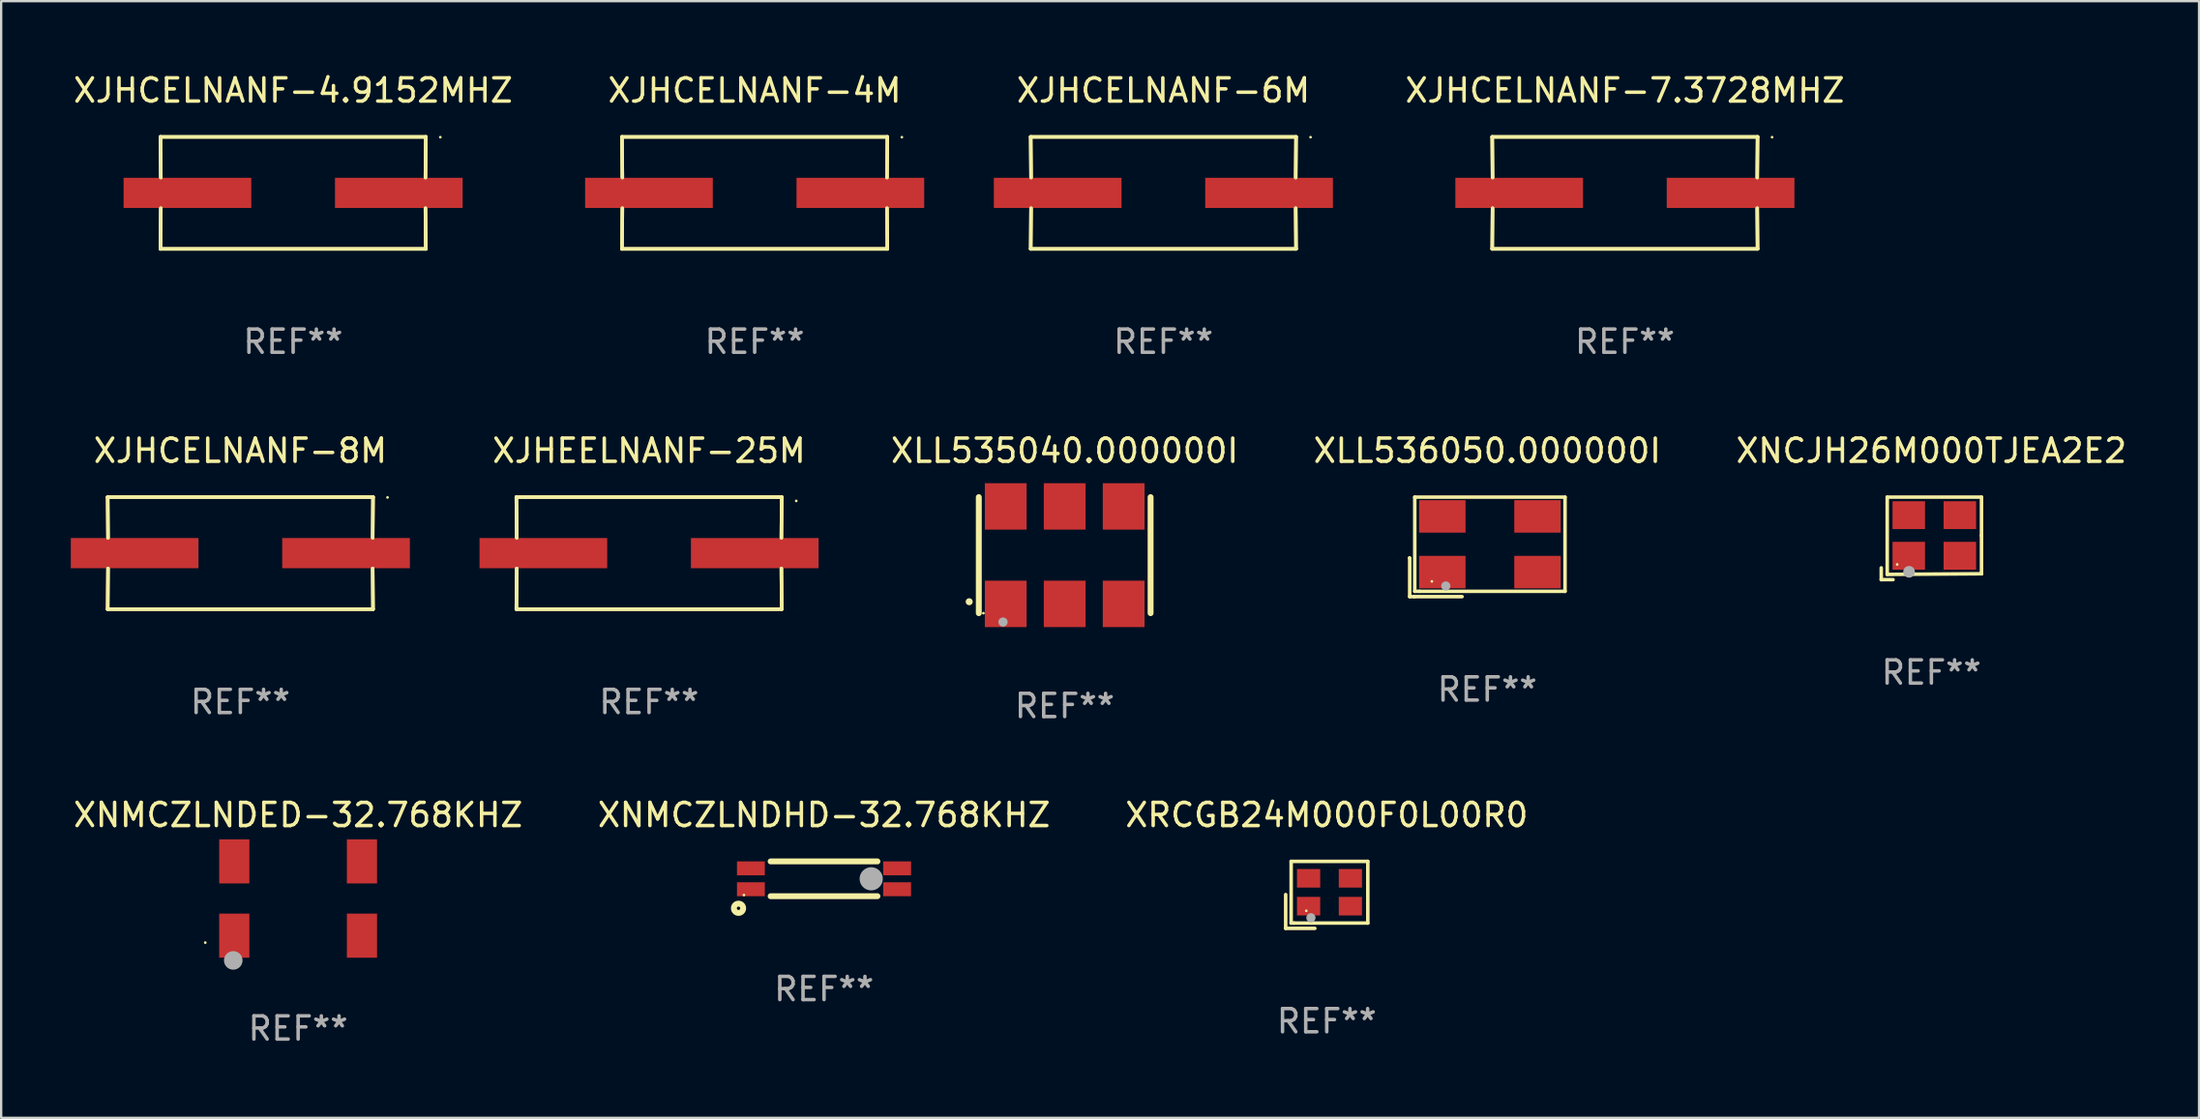
<source format=kicad_pcb>
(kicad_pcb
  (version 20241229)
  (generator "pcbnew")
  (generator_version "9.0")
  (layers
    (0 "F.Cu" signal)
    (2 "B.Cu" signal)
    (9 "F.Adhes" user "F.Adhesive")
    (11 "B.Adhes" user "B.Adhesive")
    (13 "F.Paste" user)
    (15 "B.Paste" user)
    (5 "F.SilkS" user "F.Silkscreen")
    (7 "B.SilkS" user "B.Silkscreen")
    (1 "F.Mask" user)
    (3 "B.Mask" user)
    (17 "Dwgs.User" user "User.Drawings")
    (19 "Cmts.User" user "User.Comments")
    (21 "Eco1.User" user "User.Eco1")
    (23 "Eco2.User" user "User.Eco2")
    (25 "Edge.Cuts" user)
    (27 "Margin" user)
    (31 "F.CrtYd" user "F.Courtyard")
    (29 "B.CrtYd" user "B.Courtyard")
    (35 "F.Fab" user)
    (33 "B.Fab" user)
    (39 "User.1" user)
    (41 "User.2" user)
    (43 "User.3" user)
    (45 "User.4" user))
  (footprint "XNCJH26M000TJEA2E2"
    (layer "F.Cu")
    (at 80.146 20.149)
    (property "Reference" "XNCJH26M000TJEA2E2" (at 0 -3.778 0) (layer "F.SilkS") (effects (font (size 1 1) (thickness 0.15))))
    (attr through_hole)
    (fp_line (start -2.159 1.27) (end -2.159 1.778) (stroke (width 0.152) (type solid)) (layer "F.SilkS"))
    (fp_line (start -2.159 1.778) (end -1.651 1.778) (stroke (width 0.152) (type solid)) (layer "F.SilkS"))
    (fp_line (start -1.902 -1.778) (end 2.159 -1.778) (stroke (width 0.152) (type solid)) (layer "F.SilkS"))
    (fp_line (start -1.902 1.552) (end -1.902 -1.778) (stroke (width 0.152) (type solid)) (layer "F.SilkS"))
    (fp_line (start 2.159 -1.778) (end 2.159 -0.127) (stroke (width 0.152) (type solid)) (layer "F.SilkS"))
    (fp_line (start 2.159 -0.127) (end 2.159 1.524) (stroke (width 0.152) (type solid)) (layer "F.SilkS"))
    (fp_line (start 2.159 1.524) (end -1.902 1.552) (stroke (width 0.152) (type solid)) (layer "F.SilkS"))
    (fp_line (start 2.159 1.524) (end 2.159 1.524) (stroke (width 0.152) (type solid)) (layer "F.SilkS"))
    (fp_circle (center -1.473 1.123) (end -1.443 1.123) (stroke (width 0.06) (type solid)) (fill no) (layer "F.SilkS"))
    (fp_circle (center -0.961 1.44) (end -0.834 1.44) (stroke (width 0.254) (type solid)) (fill no) (layer "F.Fab"))
    (fp_text user "REF**" (at 0 5.778 0) (layer "F.Fab") (effects (font (size 1 1) (thickness 0.15))))
    (pad "1" smd rect (at -0.973 0.748) (size 1.4 1.2) (layers "F.Cu" "F.Mask" "F.Paste"))
    (pad "2" smd rect (at 1.227 0.748) (size 1.4 1.2) (layers "F.Cu" "F.Mask" "F.Paste"))
    (pad "3" smd rect (at 1.227 -1.002) (size 1.4 1.2) (layers "F.Cu" "F.Mask" "F.Paste"))
    (pad "4" smd rect (at -0.973 -1.002) (size 1.4 1.2) (layers "F.Cu" "F.Mask" "F.Paste")))
  (footprint "XNMCZLNDHD-32.768KHZ"
    (layer "F.Cu")
    (at 32.446 34.817)
    (property "Reference" "XNMCZLNDHD-32.768KHZ" (at 0 -2.75 0) (layer "F.SilkS") (effects (font (size 1 1) (thickness 0.15))))
    (attr through_hole)
    (fp_line (start -2.3 -0.75) (end 2.3 -0.75) (stroke (width 0.254) (type solid)) (layer "F.SilkS"))
    (fp_line (start -2.3 0.75) (end 2.3 0.75) (stroke (width 0.254) (type solid)) (layer "F.SilkS"))
    (fp_circle (center -3.683 1.27) (end -3.483 1.27) (stroke (width 0.254) (type solid)) (fill no) (layer "F.SilkS"))
    (fp_circle (center -3.45 0.7) (end -3.42 0.7) (stroke (width 0.06) (type solid)) (fill no) (layer "F.SilkS"))
    (fp_circle (center 2.032 0.000013) (end 2.282 0.000013) (stroke (width 0.5) (type solid)) (fill no) (layer "F.Fab"))
    (fp_text user "REF**" (at 0 4.75 0) (layer "F.Fab") (effects (font (size 1 1) (thickness 0.15))))
    (pad "1" smd rect (at -3.15 0.45) (size 1.2 0.6) (layers "F.Cu" "F.Mask" "F.Paste"))
    (pad "2" smd rect (at 3.15 0.45) (size 1.2 0.6) (layers "F.Cu" "F.Mask" "F.Paste"))
    (pad "3" smd rect (at 3.15 -0.45 180) (size 1.2 0.6) (layers "F.Cu" "F.Mask" "F.Paste"))
    (pad "4" smd rect (at -3.15 -0.45 180) (size 1.2 0.6) (layers "F.Cu" "F.Mask" "F.Paste")))
  (footprint "XJHCELNANF-6M"
    (layer "F.Cu")
    (at 47.064 5.261)
    (property "Reference" "XJHCELNANF-6M" (at 0 -4.413 0) (layer "F.SilkS") (effects (font (size 1 1) (thickness 0.15))))
    (attr through_hole)
    (fp_line (start -5.715 -2.413) (end -5.7 -0.662) (stroke (width 0.152) (type solid)) (layer "F.SilkS"))
    (fp_line (start -5.715 -2.413) (end -5.7 -0.662) (stroke (width 0.152) (type solid)) (layer "F.SilkS"))
    (fp_line (start -5.715 2.413) (end 5.715 2.413) (stroke (width 0.152) (type solid)) (layer "F.SilkS"))
    (fp_line (start -5.715 2.413) (end 5.715 2.413) (stroke (width 0.152) (type solid)) (layer "F.SilkS"))
    (fp_line (start -5.7 0.662) (end -5.715 2.413) (stroke (width 0.152) (type solid)) (layer "F.SilkS"))
    (fp_line (start -5.7 0.662) (end -5.715 2.413) (stroke (width 0.152) (type solid)) (layer "F.SilkS"))
    (fp_line (start 5.7 -0.662) (end 5.715 -2.413) (stroke (width 0.152) (type solid)) (layer "F.SilkS"))
    (fp_line (start 5.7 -0.662) (end 5.715 -2.413) (stroke (width 0.152) (type solid)) (layer "F.SilkS"))
    (fp_line (start 5.715 -2.413) (end -5.715 -2.413) (stroke (width 0.152) (type solid)) (layer "F.SilkS"))
    (fp_line (start 5.715 -2.413) (end -5.715 -2.413) (stroke (width 0.152) (type solid)) (layer "F.SilkS"))
    (fp_line (start 5.715 2.413) (end 5.7 0.662) (stroke (width 0.152) (type solid)) (layer "F.SilkS"))
    (fp_line (start 5.715 2.413) (end 5.7 0.662) (stroke (width 0.152) (type solid)) (layer "F.SilkS"))
    (fp_circle (center 6.34 -2.4) (end 6.37 -2.4) (stroke (width 0.06) (type solid)) (fill no) (layer "F.SilkS"))
    (fp_text user "REF**" (at 0 6.413 0) (layer "F.Fab") (effects (font (size 1 1) (thickness 0.15))))
    (pad "1" smd rect (at 4.553 0) (size 5.5 1.3) (layers "F.Cu" "F.Mask" "F.Paste"))
    (pad "2" smd rect (at -4.553 0) (size 5.5 1.3) (layers "F.Cu" "F.Mask" "F.Paste")))
  (footprint "XNMCZLNDED-32.768KHZ"
    (layer "F.Cu")
    (at 9.792 35.667)
    (property "Reference" "XNMCZLNDED-32.768KHZ" (at 0 -3.6 0) (layer "F.SilkS") (effects (font (size 1 1) (thickness 0.15))))
    (attr through_hole)
    (fp_circle (center -4 1.9) (end -3.97 1.9) (stroke (width 0.06) (type solid)) (fill no) (layer "F.SilkS"))
    (fp_circle (center -2.794 2.667) (end -2.594 2.667) (stroke (width 0.4) (type solid)) (fill no) (layer "F.Fab"))
    (fp_text user "REF**" (at 0 5.6 0) (layer "F.Fab") (effects (font (size 1 1) (thickness 0.15))))
    (pad "1" smd rect (at -2.75 1.6) (size 1.3 1.9) (layers "F.Cu" "F.Mask" "F.Paste"))
    (pad "2" smd rect (at 2.75 1.6) (size 1.3 1.9) (layers "F.Cu" "F.Mask" "F.Paste"))
    (pad "3" smd rect (at 2.75 -1.6) (size 1.3 1.9) (layers "F.Cu" "F.Mask" "F.Paste"))
    (pad "4" smd rect (at -2.75 -1.6) (size 1.3 1.9) (layers "F.Cu" "F.Mask" "F.Paste")))
  (footprint "XJHCELNANF-4M"
    (layer "F.Cu")
    (at 29.458 5.261)
    (property "Reference" "XJHCELNANF-4M" (at 0 -4.413 0) (layer "F.SilkS") (effects (font (size 1 1) (thickness 0.15))))
    (attr through_hole)
    (fp_line (start -5.715 -2.413) (end -5.7 -0.662) (stroke (width 0.152) (type solid)) (layer "F.SilkS"))
    (fp_line (start -5.715 -2.413) (end -5.7 -0.662) (stroke (width 0.152) (type solid)) (layer "F.SilkS"))
    (fp_line (start -5.715 2.413) (end 5.715 2.413) (stroke (width 0.152) (type solid)) (layer "F.SilkS"))
    (fp_line (start -5.715 2.413) (end 5.715 2.413) (stroke (width 0.152) (type solid)) (layer "F.SilkS"))
    (fp_line (start -5.7 0.662) (end -5.715 2.413) (stroke (width 0.152) (type solid)) (layer "F.SilkS"))
    (fp_line (start -5.7 0.662) (end -5.715 2.413) (stroke (width 0.152) (type solid)) (layer "F.SilkS"))
    (fp_line (start 5.7 -0.662) (end 5.715 -2.413) (stroke (width 0.152) (type solid)) (layer "F.SilkS"))
    (fp_line (start 5.7 -0.662) (end 5.715 -2.413) (stroke (width 0.152) (type solid)) (layer "F.SilkS"))
    (fp_line (start 5.715 -2.413) (end -5.715 -2.413) (stroke (width 0.152) (type solid)) (layer "F.SilkS"))
    (fp_line (start 5.715 -2.413) (end -5.715 -2.413) (stroke (width 0.152) (type solid)) (layer "F.SilkS"))
    (fp_line (start 5.715 2.413) (end 5.7 0.662) (stroke (width 0.152) (type solid)) (layer "F.SilkS"))
    (fp_line (start 5.715 2.413) (end 5.7 0.662) (stroke (width 0.152) (type solid)) (layer "F.SilkS"))
    (fp_circle (center 6.34 -2.4) (end 6.37 -2.4) (stroke (width 0.06) (type solid)) (fill no) (layer "F.SilkS"))
    (fp_text user "REF**" (at 0 6.413 0) (layer "F.Fab") (effects (font (size 1 1) (thickness 0.15))))
    (pad "1" smd rect (at 4.553 0) (size 5.5 1.3) (layers "F.Cu" "F.Mask" "F.Paste"))
    (pad "2" smd rect (at -4.553 0) (size 5.5 1.3) (layers "F.Cu" "F.Mask" "F.Paste")))
  (footprint "XJHCELNANF-8M"
    (layer "F.Cu")
    (at 7.303 20.784)
    (property "Reference" "XJHCELNANF-8M" (at 0 -4.413 0) (layer "F.SilkS") (effects (font (size 1 1) (thickness 0.15))))
    (attr through_hole)
    (fp_line (start -5.715 -2.413) (end -5.7 -0.662) (stroke (width 0.152) (type solid)) (layer "F.SilkS"))
    (fp_line (start -5.715 -2.413) (end -5.7 -0.662) (stroke (width 0.152) (type solid)) (layer "F.SilkS"))
    (fp_line (start -5.715 2.413) (end 5.715 2.413) (stroke (width 0.152) (type solid)) (layer "F.SilkS"))
    (fp_line (start -5.715 2.413) (end 5.715 2.413) (stroke (width 0.152) (type solid)) (layer "F.SilkS"))
    (fp_line (start -5.7 0.662) (end -5.715 2.413) (stroke (width 0.152) (type solid)) (layer "F.SilkS"))
    (fp_line (start -5.7 0.662) (end -5.715 2.413) (stroke (width 0.152) (type solid)) (layer "F.SilkS"))
    (fp_line (start 5.7 -0.662) (end 5.715 -2.413) (stroke (width 0.152) (type solid)) (layer "F.SilkS"))
    (fp_line (start 5.7 -0.662) (end 5.715 -2.413) (stroke (width 0.152) (type solid)) (layer "F.SilkS"))
    (fp_line (start 5.715 -2.413) (end -5.715 -2.413) (stroke (width 0.152) (type solid)) (layer "F.SilkS"))
    (fp_line (start 5.715 -2.413) (end -5.715 -2.413) (stroke (width 0.152) (type solid)) (layer "F.SilkS"))
    (fp_line (start 5.715 2.413) (end 5.7 0.662) (stroke (width 0.152) (type solid)) (layer "F.SilkS"))
    (fp_line (start 5.715 2.413) (end 5.7 0.662) (stroke (width 0.152) (type solid)) (layer "F.SilkS"))
    (fp_circle (center 6.34 -2.4) (end 6.37 -2.4) (stroke (width 0.06) (type solid)) (fill no) (layer "F.SilkS"))
    (fp_text user "REF**" (at 0 6.413 0) (layer "F.Fab") (effects (font (size 1 1) (thickness 0.15))))
    (pad "1" smd rect (at 4.553 0) (size 5.5 1.3) (layers "F.Cu" "F.Mask" "F.Paste"))
    (pad "2" smd rect (at -4.553 0) (size 5.5 1.3) (layers "F.Cu" "F.Mask" "F.Paste")))
  (footprint "XLL536050.000000I"
    (layer "F.Cu")
    (at 61.015 20.515)
    (property "Reference" "XLL536050.000000I" (at 0 -4.144 0) (layer "F.SilkS") (effects (font (size 1 1) (thickness 0.15))))
    (attr through_hole)
    (fp_line (start -3.35 0.476) (end -3.341 0.485) (stroke (width 0.152) (type solid)) (layer "F.SilkS"))
    (fp_line (start -3.341 0.485) (end -3.341 2.144) (stroke (width 0.152) (type solid)) (layer "F.SilkS"))
    (fp_line (start -3.341 2.144) (end -3.143 2.144) (stroke (width 0.152) (type solid)) (layer "F.SilkS"))
    (fp_line (start -3.143 2.144) (end -1.085 2.144) (stroke (width 0.152) (type solid)) (layer "F.SilkS"))
    (fp_line (start -3.122 -2.144) (end 3.35 -2.144) (stroke (width 0.152) (type solid)) (layer "F.SilkS"))
    (fp_line (start -3.122 1.915) (end -3.122 -2.144) (stroke (width 0.152) (type solid)) (layer "F.SilkS"))
    (fp_line (start -2.914 1.915) (end -3.122 1.915) (stroke (width 0.152) (type solid)) (layer "F.SilkS"))
    (fp_line (start 3.35 -2.144) (end 3.35 1.915) (stroke (width 0.152) (type solid)) (layer "F.SilkS"))
    (fp_line (start 3.35 1.915) (end -2.914 1.915) (stroke (width 0.152) (type solid)) (layer "F.SilkS"))
    (fp_circle (center -2.386 1.486) (end -2.356 1.486) (stroke (width 0.06) (type solid)) (fill no) (layer "F.SilkS"))
    (fp_circle (center -1.786 1.686) (end -1.686 1.686) (stroke (width 0.2) (type solid)) (fill no) (layer "F.Fab"))
    (fp_text user "REF**" (at 0 6.144 0) (layer "F.Fab") (effects (font (size 1 1) (thickness 0.15))))
    (pad "1" smd rect (at -1.936 1.086) (size 2 1.4) (layers "F.Cu" "F.Mask" "F.Paste"))
    (pad "2" smd rect (at 2.164 1.086) (size 2 1.4) (layers "F.Cu" "F.Mask" "F.Paste"))
    (pad "3" smd rect (at 2.164 -1.314) (size 2 1.4) (layers "F.Cu" "F.Mask" "F.Paste"))
    (pad "4" smd rect (at -1.936 -1.314) (size 2 1.4) (layers "F.Cu" "F.Mask" "F.Paste")))
  (footprint "XJHCELNANF-4.9152MHZ"
    (layer "F.Cu")
    (at 9.577 5.261)
    (property "Reference" "XJHCELNANF-4.9152MHZ" (at 0 -4.413 0) (layer "F.SilkS") (effects (font (size 1 1) (thickness 0.15))))
    (attr through_hole)
    (fp_line (start -5.715 -2.413) (end -5.7 -0.662) (stroke (width 0.152) (type solid)) (layer "F.SilkS"))
    (fp_line (start -5.715 -2.413) (end -5.7 -0.662) (stroke (width 0.152) (type solid)) (layer "F.SilkS"))
    (fp_line (start -5.715 2.413) (end 5.715 2.413) (stroke (width 0.152) (type solid)) (layer "F.SilkS"))
    (fp_line (start -5.715 2.413) (end 5.715 2.413) (stroke (width 0.152) (type solid)) (layer "F.SilkS"))
    (fp_line (start -5.7 0.662) (end -5.715 2.413) (stroke (width 0.152) (type solid)) (layer "F.SilkS"))
    (fp_line (start -5.7 0.662) (end -5.715 2.413) (stroke (width 0.152) (type solid)) (layer "F.SilkS"))
    (fp_line (start 5.7 -0.662) (end 5.715 -2.413) (stroke (width 0.152) (type solid)) (layer "F.SilkS"))
    (fp_line (start 5.7 -0.662) (end 5.715 -2.413) (stroke (width 0.152) (type solid)) (layer "F.SilkS"))
    (fp_line (start 5.715 -2.413) (end -5.715 -2.413) (stroke (width 0.152) (type solid)) (layer "F.SilkS"))
    (fp_line (start 5.715 -2.413) (end -5.715 -2.413) (stroke (width 0.152) (type solid)) (layer "F.SilkS"))
    (fp_line (start 5.715 2.413) (end 5.7 0.662) (stroke (width 0.152) (type solid)) (layer "F.SilkS"))
    (fp_line (start 5.715 2.413) (end 5.7 0.662) (stroke (width 0.152) (type solid)) (layer "F.SilkS"))
    (fp_circle (center 6.34 -2.4) (end 6.37 -2.4) (stroke (width 0.06) (type solid)) (fill no) (layer "F.SilkS"))
    (fp_text user "REF**" (at 0 6.413 0) (layer "F.Fab") (effects (font (size 1 1) (thickness 0.15))))
    (pad "1" smd rect (at 4.553 0) (size 5.5 1.3) (layers "F.Cu" "F.Mask" "F.Paste"))
    (pad "2" smd rect (at -4.553 0) (size 5.5 1.3) (layers "F.Cu" "F.Mask" "F.Paste")))
  (footprint "XJHCELNANF-7.3728MHZ"
    (layer "F.Cu")
    (at 66.944 5.261)
    (property "Reference" "XJHCELNANF-7.3728MHZ" (at 0 -4.413 0) (layer "F.SilkS") (effects (font (size 1 1) (thickness 0.15))))
    (attr through_hole)
    (fp_line (start -5.715 -2.413) (end -5.7 -0.662) (stroke (width 0.152) (type solid)) (layer "F.SilkS"))
    (fp_line (start -5.715 -2.413) (end -5.7 -0.662) (stroke (width 0.152) (type solid)) (layer "F.SilkS"))
    (fp_line (start -5.715 2.413) (end 5.715 2.413) (stroke (width 0.152) (type solid)) (layer "F.SilkS"))
    (fp_line (start -5.715 2.413) (end 5.715 2.413) (stroke (width 0.152) (type solid)) (layer "F.SilkS"))
    (fp_line (start -5.7 0.662) (end -5.715 2.413) (stroke (width 0.152) (type solid)) (layer "F.SilkS"))
    (fp_line (start -5.7 0.662) (end -5.715 2.413) (stroke (width 0.152) (type solid)) (layer "F.SilkS"))
    (fp_line (start 5.7 -0.662) (end 5.715 -2.413) (stroke (width 0.152) (type solid)) (layer "F.SilkS"))
    (fp_line (start 5.7 -0.662) (end 5.715 -2.413) (stroke (width 0.152) (type solid)) (layer "F.SilkS"))
    (fp_line (start 5.715 -2.413) (end -5.715 -2.413) (stroke (width 0.152) (type solid)) (layer "F.SilkS"))
    (fp_line (start 5.715 -2.413) (end -5.715 -2.413) (stroke (width 0.152) (type solid)) (layer "F.SilkS"))
    (fp_line (start 5.715 2.413) (end 5.7 0.662) (stroke (width 0.152) (type solid)) (layer "F.SilkS"))
    (fp_line (start 5.715 2.413) (end 5.7 0.662) (stroke (width 0.152) (type solid)) (layer "F.SilkS"))
    (fp_circle (center 6.34 -2.4) (end 6.37 -2.4) (stroke (width 0.06) (type solid)) (fill no) (layer "F.SilkS"))
    (fp_text user "REF**" (at 0 6.413 0) (layer "F.Fab") (effects (font (size 1 1) (thickness 0.15))))
    (pad "1" smd rect (at 4.553 0) (size 5.5 1.3) (layers "F.Cu" "F.Mask" "F.Paste"))
    (pad "2" smd rect (at -4.553 0) (size 5.5 1.3) (layers "F.Cu" "F.Mask" "F.Paste")))
  (footprint "XLL535040.000000I"
    (layer "F.Cu")
    (at 42.813 20.871)
    (property "Reference" "XLL535040.000000I" (at 0 -4.5 0) (layer "F.SilkS") (effects (font (size 1 1) (thickness 0.15))))
    (attr through_hole)
    (fp_line (start -3.7 -2.5) (end -3.7 2.5) (stroke (width 0.254) (type solid)) (layer "F.SilkS"))
    (fp_line (start 3.7 -2.5) (end 3.7 2.5) (stroke (width 0.254) (type solid)) (layer "F.SilkS"))
    (fp_arc (start -4.114415 2.006604) (mid -4.113145 2.006599) (end -4.111875 2.006604) (stroke (width 0.3) (type solid)) (layer "F.SilkS"))
    (fp_circle (center -3.502 2.5) (end -3.472 2.5) (stroke (width 0.06) (type solid)) (fill no) (layer "F.SilkS"))
    (fp_circle (center -2.657 2.882) (end -2.557 2.882) (stroke (width 0.2) (type solid)) (fill no) (layer "F.Fab"))
    (fp_text user "REF**" (at 0 6.5 0) (layer "F.Fab") (effects (font (size 1 1) (thickness 0.15))))
    (pad "1" smd rect (at -2.54 2.1) (size 1.8 2) (layers "F.Cu" "F.Mask" "F.Paste"))
    (pad "2" smd rect (at 0.000394 2.1) (size 1.8 2) (layers "F.Cu" "F.Mask" "F.Paste"))
    (pad "3" smd rect (at 2.54 2.1) (size 1.8 2) (layers "F.Cu" "F.Mask" "F.Paste"))
    (pad "4" smd rect (at 2.54 -2.1) (size 1.8 2) (layers "F.Cu" "F.Mask" "F.Paste"))
    (pad "5" smd rect (at 0.000394 -2.1) (size 1.8 2) (layers "F.Cu" "F.Mask" "F.Paste"))
    (pad "6" smd rect (at -2.54 -2.1) (size 1.8 2) (layers "F.Cu" "F.Mask" "F.Paste")))
  (footprint "XRCGB24M000F0L00R0"
    (layer "F.Cu")
    (at 54.101 35.51)
    (property "Reference" "XRCGB24M000F0L00R0" (at 0 -3.443 0) (layer "F.SilkS") (effects (font (size 1 1) (thickness 0.15))))
    (attr through_hole)
    (fp_line (start -1.769 -0.014) (end -1.769 1.443) (stroke (width 0.152) (type solid)) (layer "F.SilkS"))
    (fp_line (start -1.769 1.443) (end -0.512 1.443) (stroke (width 0.152) (type solid)) (layer "F.SilkS"))
    (fp_line (start -1.533 -1.443) (end 1.769 -1.443) (stroke (width 0.152) (type solid)) (layer "F.SilkS"))
    (fp_line (start -1.533 1.214) (end -1.533 -1.443) (stroke (width 0.152) (type solid)) (layer "F.SilkS"))
    (fp_line (start -1.411 1.214) (end -1.533 1.214) (stroke (width 0.152) (type solid)) (layer "F.SilkS"))
    (fp_line (start 1.769 -1.443) (end 1.769 1.214) (stroke (width 0.152) (type solid)) (layer "F.SilkS"))
    (fp_line (start 1.769 1.214) (end -1.411 1.214) (stroke (width 0.152) (type solid)) (layer "F.SilkS"))
    (fp_circle (center -0.882 0.686) (end -0.852 0.686) (stroke (width 0.06) (type solid)) (fill no) (layer "F.SilkS"))
    (fp_circle (center -0.682 0.986) (end -0.582 0.986) (stroke (width 0.2) (type solid)) (fill no) (layer "F.Fab"))
    (fp_text user "REF**" (at 0 5.443 0) (layer "F.Fab") (effects (font (size 1 1) (thickness 0.15))))
    (pad "1" smd rect (at -0.782 0.486 90) (size 0.8 1) (layers "F.Cu" "F.Mask" "F.Paste"))
    (pad "2" smd rect (at 1.018 0.486 90) (size 0.8 1) (layers "F.Cu" "F.Mask" "F.Paste"))
    (pad "3" smd rect (at 1.018 -0.714 90) (size 0.8 1) (layers "F.Cu" "F.Mask" "F.Paste"))
    (pad "4" smd rect (at -0.782 -0.714 90) (size 0.8 1) (layers "F.Cu" "F.Mask" "F.Paste")))
  (footprint "XJHEELNANF-25M"
    (layer "F.Cu")
    (at 24.909 20.784)
    (property "Reference" "XJHEELNANF-25M" (at 0 -4.413 0) (layer "F.SilkS") (effects (font (size 1 1) (thickness 0.15))))
    (attr through_hole)
    (fp_line (start -5.715 -2.413) (end -5.7 -0.662) (stroke (width 0.152) (type solid)) (layer "F.SilkS"))
    (fp_line (start -5.715 -2.413) (end -5.7 -0.662) (stroke (width 0.152) (type solid)) (layer "F.SilkS"))
    (fp_line (start -5.715 2.413) (end 5.715 2.413) (stroke (width 0.152) (type solid)) (layer "F.SilkS"))
    (fp_line (start -5.715 2.413) (end 5.715 2.413) (stroke (width 0.152) (type solid)) (layer "F.SilkS"))
    (fp_line (start -5.7 0.662) (end -5.715 2.413) (stroke (width 0.152) (type solid)) (layer "F.SilkS"))
    (fp_line (start -5.7 0.662) (end -5.715 2.413) (stroke (width 0.152) (type solid)) (layer "F.SilkS"))
    (fp_line (start 5.7 -0.662) (end 5.715 -2.413) (stroke (width 0.152) (type solid)) (layer "F.SilkS"))
    (fp_line (start 5.7 -0.662) (end 5.715 -2.413) (stroke (width 0.152) (type solid)) (layer "F.SilkS"))
    (fp_line (start 5.715 -2.413) (end -5.715 -2.413) (stroke (width 0.152) (type solid)) (layer "F.SilkS"))
    (fp_line (start 5.715 -2.413) (end -5.715 -2.413) (stroke (width 0.152) (type solid)) (layer "F.SilkS"))
    (fp_line (start 5.715 2.413) (end 5.7 0.662) (stroke (width 0.152) (type solid)) (layer "F.SilkS"))
    (fp_line (start 5.715 2.413) (end 5.7 0.662) (stroke (width 0.152) (type solid)) (layer "F.SilkS"))
    (fp_circle (center 6.34 -2.25) (end 6.37 -2.25) (stroke (width 0.06) (type solid)) (fill no) (layer "F.SilkS"))
    (fp_text user "REF**" (at 0 6.413 0) (layer "F.Fab") (effects (font (size 1 1) (thickness 0.15))))
    (pad "1" smd rect (at 4.553 0.000127) (size 5.5 1.3) (layers "F.Cu" "F.Mask" "F.Paste"))
    (pad "2" smd rect (at -4.553 0.000127) (size 5.5 1.3) (layers "F.Cu" "F.Mask" "F.Paste")))
  (gr_rect
    (start -3 -3)
    (end 91.676 45.116)
    (stroke (width 0.1) (type default))
    (fill no)
    (layer "Edge.Cuts")))
</source>
